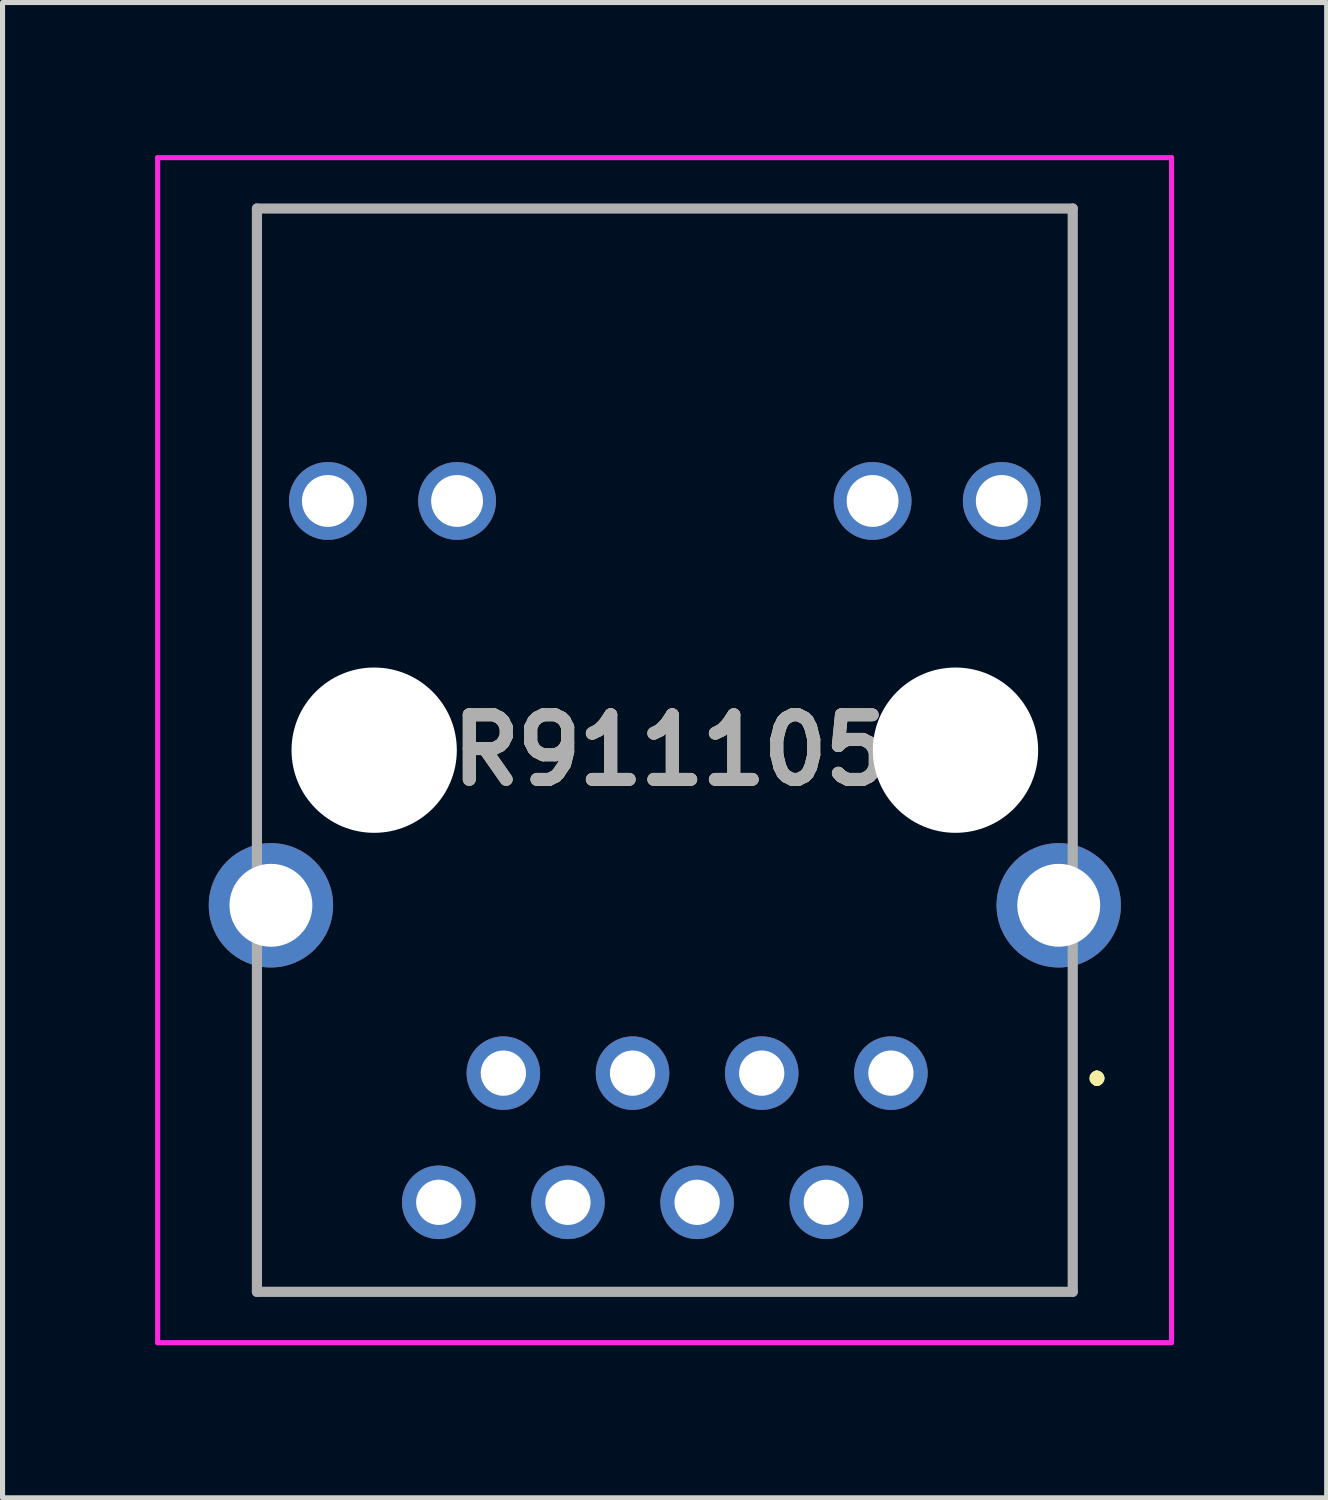
<source format=kicad_pcb>
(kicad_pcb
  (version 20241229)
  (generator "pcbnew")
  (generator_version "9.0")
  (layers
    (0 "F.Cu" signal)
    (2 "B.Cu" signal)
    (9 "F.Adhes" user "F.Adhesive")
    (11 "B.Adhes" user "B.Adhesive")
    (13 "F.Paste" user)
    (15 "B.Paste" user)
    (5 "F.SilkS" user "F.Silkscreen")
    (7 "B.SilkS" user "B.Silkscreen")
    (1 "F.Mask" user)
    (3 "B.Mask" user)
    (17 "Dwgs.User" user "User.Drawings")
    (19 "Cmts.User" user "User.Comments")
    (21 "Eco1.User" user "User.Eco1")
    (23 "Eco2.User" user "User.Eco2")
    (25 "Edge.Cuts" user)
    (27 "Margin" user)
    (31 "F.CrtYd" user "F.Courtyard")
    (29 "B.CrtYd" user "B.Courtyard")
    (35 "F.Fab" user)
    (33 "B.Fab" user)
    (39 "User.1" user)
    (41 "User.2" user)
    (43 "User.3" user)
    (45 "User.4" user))
  (footprint "HR911105A"
    (layer "F.Cu")
    (at 14.467 18.05)
    (property "Reference" "HR911105A" (at -4.45 -6.35 0) (layer "F.SilkS") (effects (font (size 1.27 1.27) (thickness 0.254))))
    (attr through_hole)
    (fp_line (start -12.465 -17) (end -12.465 -17) (stroke (width 0.1) (type solid)) (layer "F.SilkS"))
    (fp_line (start -12.465 -17) (end -12.465 -5.35) (stroke (width 0.1) (type solid)) (layer "F.SilkS"))
    (fp_line (start -12.465 -5.35) (end -12.465 -17) (stroke (width 0.1) (type solid)) (layer "F.SilkS"))
    (fp_line (start -12.465 -5.35) (end -12.465 -5.35) (stroke (width 0.1) (type solid)) (layer "F.SilkS"))
    (fp_line (start -12.465 -1.1) (end -12.465 -1.1) (stroke (width 0.1) (type solid)) (layer "F.SilkS"))
    (fp_line (start -12.465 -1.1) (end -12.465 4.3) (stroke (width 0.1) (type solid)) (layer "F.SilkS"))
    (fp_line (start -12.465 4.3) (end -12.465 -1.1) (stroke (width 0.1) (type solid)) (layer "F.SilkS"))
    (fp_line (start -12.465 4.3) (end -12.465 4.3) (stroke (width 0.1) (type solid)) (layer "F.SilkS"))
    (fp_line (start 3.575 -17) (end 3.575 -17) (stroke (width 0.1) (type solid)) (layer "F.SilkS"))
    (fp_line (start 3.575 -17) (end 3.575 -5.6) (stroke (width 0.1) (type solid)) (layer "F.SilkS"))
    (fp_line (start 3.575 -5.6) (end 3.575 -17) (stroke (width 0.1) (type solid)) (layer "F.SilkS"))
    (fp_line (start 3.575 -5.6) (end 3.575 -5.6) (stroke (width 0.1) (type solid)) (layer "F.SilkS"))
    (fp_line (start 3.575 -1.1) (end 3.575 -1.1) (stroke (width 0.1) (type solid)) (layer "F.SilkS"))
    (fp_line (start 3.575 -1.1) (end 3.575 4.3) (stroke (width 0.1) (type solid)) (layer "F.SilkS"))
    (fp_line (start 3.575 4.3) (end 3.575 -1.1) (stroke (width 0.1) (type solid)) (layer "F.SilkS"))
    (fp_line (start 3.575 4.3) (end 3.575 4.3) (stroke (width 0.1) (type solid)) (layer "F.SilkS"))
    (fp_line (start 4.05 0.05) (end 4.05 0.05) (stroke (width 0.2) (type solid)) (layer "F.SilkS"))
    (fp_line (start 4.05 0.15) (end 4.05 0.15) (stroke (width 0.2) (type solid)) (layer "F.SilkS"))
    (fp_line (start 4.05 0.15) (end 4.05 0.15) (stroke (width 0.2) (type solid)) (layer "F.SilkS"))
    (fp_arc (start 4.05 0.05) (mid 4.1 0.1) (end 4.05 0.15) (stroke (width 0.2) (type solid)) (layer "F.SilkS"))
    (fp_arc (start 4.05 0.05) (mid 4.1 0.1) (end 4.05 0.15) (stroke (width 0.2) (type solid)) (layer "F.SilkS"))
    (fp_arc (start 4.05 0.15) (mid 4 0.1) (end 4.05 0.05) (stroke (width 0.2) (type solid)) (layer "F.SilkS"))
    (fp_line (start -14.417 -18) (end 5.518 -18) (stroke (width 0.1) (type solid)) (layer "F.CrtYd"))
    (fp_line (start -14.417 5.3) (end -14.417 -18) (stroke (width 0.1) (type solid)) (layer "F.CrtYd"))
    (fp_line (start 5.518 -18) (end 5.518 5.3) (stroke (width 0.1) (type solid)) (layer "F.CrtYd"))
    (fp_line (start 5.518 5.3) (end -14.417 5.3) (stroke (width 0.1) (type solid)) (layer "F.CrtYd"))
    (fp_line (start -12.465 -17) (end -12.465 4.3) (stroke (width 0.2) (type solid)) (layer "F.Fab"))
    (fp_line (start -12.465 4.3) (end 3.575 4.3) (stroke (width 0.2) (type solid)) (layer "F.Fab"))
    (fp_line (start 3.575 -17) (end -12.465 -17) (stroke (width 0.2) (type solid)) (layer "F.Fab"))
    (fp_line (start 3.575 4.3) (end 3.575 -17) (stroke (width 0.2) (type solid)) (layer "F.Fab"))
    (fp_text user "${REFERENCE}" (at -4.45 -6.35 0) (layer "F.Fab") (effects (font (size 1.27 1.27) (thickness 0.254))))
    (pad "" np_thru_hole circle (at -10.16 -6.35) (size 3.25 3.25) (drill 3.25) (layers "*.Cu" "*.Mask"))
    (pad "" np_thru_hole circle (at 1.27 -6.35) (size 3.25 3.25) (drill 3.25) (layers "*.Cu" "*.Mask"))
    (pad "1" thru_hole circle (at 0 0) (size 1.446 1.446) (drill 0.89) (layers "*.Cu" "*.Mask"))
    (pad "2" thru_hole circle (at -1.27 2.54) (size 1.446 1.446) (drill 0.89) (layers "*.Cu" "*.Mask"))
    (pad "3" thru_hole circle (at -2.54 0) (size 1.446 1.446) (drill 0.89) (layers "*.Cu" "*.Mask"))
    (pad "4" thru_hole circle (at -3.81 2.54) (size 1.446 1.446) (drill 0.89) (layers "*.Cu" "*.Mask"))
    (pad "5" thru_hole circle (at -5.08 0) (size 1.446 1.446) (drill 0.89) (layers "*.Cu" "*.Mask"))
    (pad "6" thru_hole circle (at -6.35 2.54) (size 1.446 1.446) (drill 0.89) (layers "*.Cu" "*.Mask"))
    (pad "7" thru_hole circle (at -7.62 0) (size 1.446 1.446) (drill 0.89) (layers "*.Cu" "*.Mask"))
    (pad "8" thru_hole circle (at -8.89 2.54) (size 1.446 1.446) (drill 0.89) (layers "*.Cu" "*.Mask"))
    (pad "9" thru_hole circle (at 2.18 -11.25) (size 1.53 1.53) (drill 1.02) (layers "*.Cu" "*.Mask"))
    (pad "10" thru_hole circle (at -0.36 -11.25) (size 1.53 1.53) (drill 1.02) (layers "*.Cu" "*.Mask"))
    (pad "11" thru_hole circle (at -8.53 -11.25) (size 1.53 1.53) (drill 1.02) (layers "*.Cu" "*.Mask"))
    (pad "12" thru_hole circle (at -11.07 -11.25) (size 1.53 1.53) (drill 1.02) (layers "*.Cu" "*.Mask"))
    (pad "MH1" thru_hole circle (at 3.3 -3.3) (size 2.445 2.445) (drill 1.63) (layers "*.Cu" "*.Mask"))
    (pad "MH2" thru_hole circle (at -12.19 -3.3) (size 2.445 2.445) (drill 1.63) (layers "*.Cu" "*.Mask")))
  (gr_rect
    (start -3 -3)
    (end 23.035 26.4)
    (stroke (width 0.1) (type default))
    (fill no)
    (layer "Edge.Cuts")))
</source>
